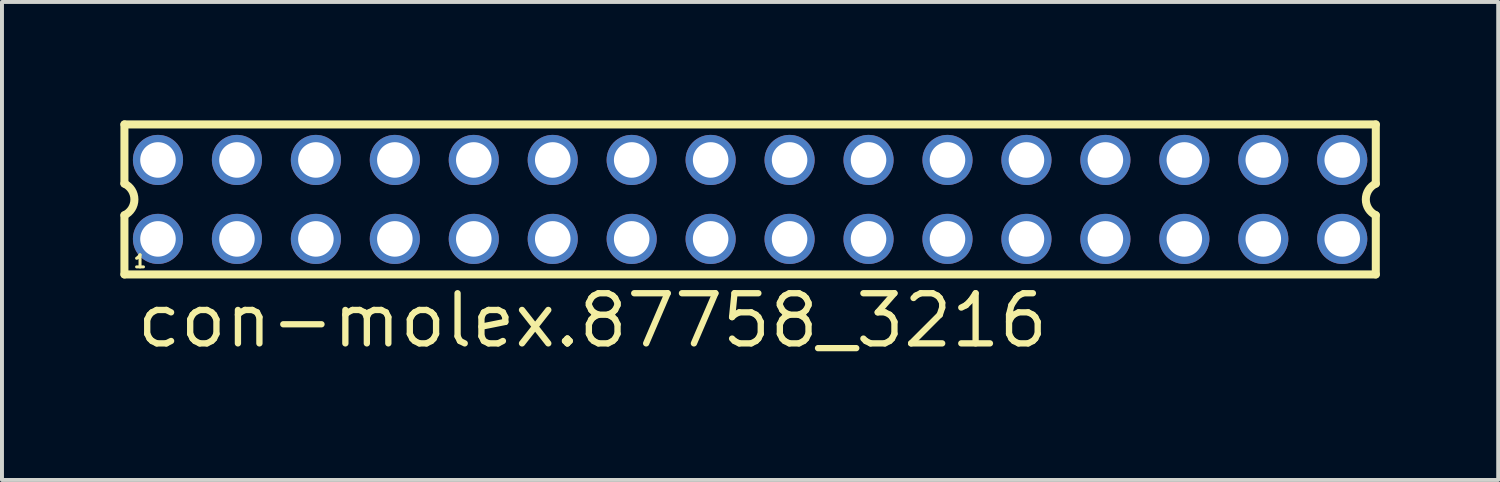
<source format=kicad_pcb>
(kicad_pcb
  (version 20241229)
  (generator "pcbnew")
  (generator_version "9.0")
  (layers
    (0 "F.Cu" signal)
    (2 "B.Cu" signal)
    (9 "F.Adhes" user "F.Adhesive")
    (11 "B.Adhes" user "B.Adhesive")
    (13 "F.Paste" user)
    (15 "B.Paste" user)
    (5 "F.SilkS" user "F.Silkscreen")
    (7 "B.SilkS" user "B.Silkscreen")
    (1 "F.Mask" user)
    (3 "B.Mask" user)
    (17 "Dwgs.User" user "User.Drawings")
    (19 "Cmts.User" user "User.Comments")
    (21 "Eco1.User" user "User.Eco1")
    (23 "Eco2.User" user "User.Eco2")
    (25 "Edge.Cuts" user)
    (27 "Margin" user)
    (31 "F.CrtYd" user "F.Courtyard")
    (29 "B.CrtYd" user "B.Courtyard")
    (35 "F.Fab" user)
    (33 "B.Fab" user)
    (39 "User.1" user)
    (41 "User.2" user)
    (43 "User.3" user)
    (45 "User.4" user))
  (footprint "con-molex.87758_3216"
    (layer "F.Cu")
    (at 15.952 2.002)
    (property "Reference" "con-molex.87758_3216" (at -15.62 3.81 0) (layer "F.SilkS") (effects (font (size 1.27 1.27) (thickness 0.16)) (justify left bottom)))
    (attr through_hole)
    (fp_line (start -15.85 -1.9) (end -15.85 -0.4) (stroke (width 0.203) (type default)) (layer "F.SilkS"))
    (fp_line (start -15.85 0.4) (end -15.85 1.9) (stroke (width 0.203) (type default)) (layer "F.SilkS"))
    (fp_line (start -15.85 1.9) (end 15.85 1.9) (stroke (width 0.203) (type default)) (layer "F.SilkS"))
    (fp_line (start 15.85 -1.9) (end -15.85 -1.9) (stroke (width 0.203) (type default)) (layer "F.SilkS"))
    (fp_line (start 15.85 -0.4) (end 15.85 -1.9) (stroke (width 0.203) (type default)) (layer "F.SilkS"))
    (fp_line (start 15.85 1.9) (end 15.85 0.4) (stroke (width 0.203) (type default)) (layer "F.SilkS"))
    (fp_arc (start -15.85 -0.4) (mid -15.597168 0) (end -15.85 0.4) (stroke (width 0.2032) (type default)) (layer "F.SilkS"))
    (fp_arc (start 15.85 0.4) (mid 15.597168 0) (end 15.85 -0.4) (stroke (width 0.2032) (type default)) (layer "F.SilkS"))
    (fp_rect (start -15.25 -0.75) (end -14.75 -1.25) (stroke (width 0.05) (type default)) (fill no) (layer "F.Fab"))
    (fp_rect (start -15.25 1.25) (end -14.75 0.75) (stroke (width 0.05) (type default)) (fill no) (layer "F.Fab"))
    (fp_rect (start -13.25 -0.75) (end -12.75 -1.25) (stroke (width 0.05) (type default)) (fill no) (layer "F.Fab"))
    (fp_rect (start -13.25 1.25) (end -12.75 0.75) (stroke (width 0.05) (type default)) (fill no) (layer "F.Fab"))
    (fp_rect (start -11.25 -0.75) (end -10.75 -1.25) (stroke (width 0.05) (type default)) (fill no) (layer "F.Fab"))
    (fp_rect (start -11.25 1.25) (end -10.75 0.75) (stroke (width 0.05) (type default)) (fill no) (layer "F.Fab"))
    (fp_rect (start -9.25 -0.75) (end -8.75 -1.25) (stroke (width 0.05) (type default)) (fill no) (layer "F.Fab"))
    (fp_rect (start -9.25 1.25) (end -8.75 0.75) (stroke (width 0.05) (type default)) (fill no) (layer "F.Fab"))
    (fp_rect (start -7.25 -0.75) (end -6.75 -1.25) (stroke (width 0.05) (type default)) (fill no) (layer "F.Fab"))
    (fp_rect (start -7.25 1.25) (end -6.75 0.75) (stroke (width 0.05) (type default)) (fill no) (layer "F.Fab"))
    (fp_rect (start -5.25 -0.75) (end -4.75 -1.25) (stroke (width 0.05) (type default)) (fill no) (layer "F.Fab"))
    (fp_rect (start -5.25 1.25) (end -4.75 0.75) (stroke (width 0.05) (type default)) (fill no) (layer "F.Fab"))
    (fp_rect (start -3.25 -0.75) (end -2.75 -1.25) (stroke (width 0.05) (type default)) (fill no) (layer "F.Fab"))
    (fp_rect (start -3.25 1.25) (end -2.75 0.75) (stroke (width 0.05) (type default)) (fill no) (layer "F.Fab"))
    (fp_rect (start -1.25 -0.75) (end -0.75 -1.25) (stroke (width 0.05) (type default)) (fill no) (layer "F.Fab"))
    (fp_rect (start -1.25 1.25) (end -0.75 0.75) (stroke (width 0.05) (type default)) (fill no) (layer "F.Fab"))
    (fp_rect (start 0.75 -0.75) (end 1.25 -1.25) (stroke (width 0.05) (type default)) (fill no) (layer "F.Fab"))
    (fp_rect (start 0.75 1.25) (end 1.25 0.75) (stroke (width 0.05) (type default)) (fill no) (layer "F.Fab"))
    (fp_rect (start 2.75 -0.75) (end 3.25 -1.25) (stroke (width 0.05) (type default)) (fill no) (layer "F.Fab"))
    (fp_rect (start 2.75 1.25) (end 3.25 0.75) (stroke (width 0.05) (type default)) (fill no) (layer "F.Fab"))
    (fp_rect (start 4.75 -0.75) (end 5.25 -1.25) (stroke (width 0.05) (type default)) (fill no) (layer "F.Fab"))
    (fp_rect (start 4.75 1.25) (end 5.25 0.75) (stroke (width 0.05) (type default)) (fill no) (layer "F.Fab"))
    (fp_rect (start 6.75 -0.75) (end 7.25 -1.25) (stroke (width 0.05) (type default)) (fill no) (layer "F.Fab"))
    (fp_rect (start 6.75 1.25) (end 7.25 0.75) (stroke (width 0.05) (type default)) (fill no) (layer "F.Fab"))
    (fp_rect (start 8.75 -0.75) (end 9.25 -1.25) (stroke (width 0.05) (type default)) (fill no) (layer "F.Fab"))
    (fp_rect (start 8.75 1.25) (end 9.25 0.75) (stroke (width 0.05) (type default)) (fill no) (layer "F.Fab"))
    (fp_rect (start 10.75 -0.75) (end 11.25 -1.25) (stroke (width 0.05) (type default)) (fill no) (layer "F.Fab"))
    (fp_rect (start 10.75 1.25) (end 11.25 0.75) (stroke (width 0.05) (type default)) (fill no) (layer "F.Fab"))
    (fp_rect (start 12.75 -0.75) (end 13.25 -1.25) (stroke (width 0.05) (type default)) (fill no) (layer "F.Fab"))
    (fp_rect (start 12.75 1.25) (end 13.25 0.75) (stroke (width 0.05) (type default)) (fill no) (layer "F.Fab"))
    (fp_rect (start 14.75 -0.75) (end 15.25 -1.25) (stroke (width 0.05) (type default)) (fill no) (layer "F.Fab"))
    (fp_rect (start 14.75 1.25) (end 15.25 0.75) (stroke (width 0.05) (type default)) (fill no) (layer "F.Fab"))
    (fp_text user "1" (at -15.65 1.75 0) (layer "F.SilkS") (effects (font (size 0.305 0.305) (thickness 0.15)) (justify left bottom)))
    (pad "1" thru_hole circle (at -15 1) (size 1.27 1.27) (drill 0.9) (layers "*.Cu" "*.Mask"))
    (pad "2" thru_hole circle (at -15 -1) (size 1.27 1.27) (drill 0.9) (layers "*.Cu" "*.Mask"))
    (pad "3" thru_hole circle (at -13 1) (size 1.27 1.27) (drill 0.9) (layers "*.Cu" "*.Mask"))
    (pad "4" thru_hole circle (at -13 -1) (size 1.27 1.27) (drill 0.9) (layers "*.Cu" "*.Mask"))
    (pad "5" thru_hole circle (at -11 1) (size 1.27 1.27) (drill 0.9) (layers "*.Cu" "*.Mask"))
    (pad "6" thru_hole circle (at -11 -1) (size 1.27 1.27) (drill 0.9) (layers "*.Cu" "*.Mask"))
    (pad "7" thru_hole circle (at -9 1) (size 1.27 1.27) (drill 0.9) (layers "*.Cu" "*.Mask"))
    (pad "8" thru_hole circle (at -9 -1) (size 1.27 1.27) (drill 0.9) (layers "*.Cu" "*.Mask"))
    (pad "9" thru_hole circle (at -7 1) (size 1.27 1.27) (drill 0.9) (layers "*.Cu" "*.Mask"))
    (pad "10" thru_hole circle (at -7 -1) (size 1.27 1.27) (drill 0.9) (layers "*.Cu" "*.Mask"))
    (pad "11" thru_hole circle (at -5 1) (size 1.27 1.27) (drill 0.9) (layers "*.Cu" "*.Mask"))
    (pad "12" thru_hole circle (at -5 -1) (size 1.27 1.27) (drill 0.9) (layers "*.Cu" "*.Mask"))
    (pad "13" thru_hole circle (at -3 1) (size 1.27 1.27) (drill 0.9) (layers "*.Cu" "*.Mask"))
    (pad "14" thru_hole circle (at -3 -1) (size 1.27 1.27) (drill 0.9) (layers "*.Cu" "*.Mask"))
    (pad "15" thru_hole circle (at -1 1) (size 1.27 1.27) (drill 0.9) (layers "*.Cu" "*.Mask"))
    (pad "16" thru_hole circle (at -1 -1) (size 1.27 1.27) (drill 0.9) (layers "*.Cu" "*.Mask"))
    (pad "17" thru_hole circle (at 1 1) (size 1.27 1.27) (drill 0.9) (layers "*.Cu" "*.Mask"))
    (pad "18" thru_hole circle (at 1 -1) (size 1.27 1.27) (drill 0.9) (layers "*.Cu" "*.Mask"))
    (pad "19" thru_hole circle (at 3 1) (size 1.27 1.27) (drill 0.9) (layers "*.Cu" "*.Mask"))
    (pad "20" thru_hole circle (at 3 -1) (size 1.27 1.27) (drill 0.9) (layers "*.Cu" "*.Mask"))
    (pad "21" thru_hole circle (at 5 1) (size 1.27 1.27) (drill 0.9) (layers "*.Cu" "*.Mask"))
    (pad "22" thru_hole circle (at 5 -1) (size 1.27 1.27) (drill 0.9) (layers "*.Cu" "*.Mask"))
    (pad "23" thru_hole circle (at 7 1) (size 1.27 1.27) (drill 0.9) (layers "*.Cu" "*.Mask"))
    (pad "24" thru_hole circle (at 7 -1) (size 1.27 1.27) (drill 0.9) (layers "*.Cu" "*.Mask"))
    (pad "25" thru_hole circle (at 9 1) (size 1.27 1.27) (drill 0.9) (layers "*.Cu" "*.Mask"))
    (pad "26" thru_hole circle (at 9 -1) (size 1.27 1.27) (drill 0.9) (layers "*.Cu" "*.Mask"))
    (pad "27" thru_hole circle (at 11 1) (size 1.27 1.27) (drill 0.9) (layers "*.Cu" "*.Mask"))
    (pad "28" thru_hole circle (at 11 -1) (size 1.27 1.27) (drill 0.9) (layers "*.Cu" "*.Mask"))
    (pad "29" thru_hole circle (at 13 1) (size 1.27 1.27) (drill 0.9) (layers "*.Cu" "*.Mask"))
    (pad "30" thru_hole circle (at 13 -1) (size 1.27 1.27) (drill 0.9) (layers "*.Cu" "*.Mask"))
    (pad "31" thru_hole circle (at 15 1) (size 1.27 1.27) (drill 0.9) (layers "*.Cu" "*.Mask"))
    (pad "32" thru_hole circle (at 15 -1) (size 1.27 1.27) (drill 0.9) (layers "*.Cu" "*.Mask")))
  (gr_rect
    (start -3 -3)
    (end 34.903 9.109)
    (stroke (width 0.1) (type default))
    (fill no)
    (layer "Edge.Cuts")))
</source>
